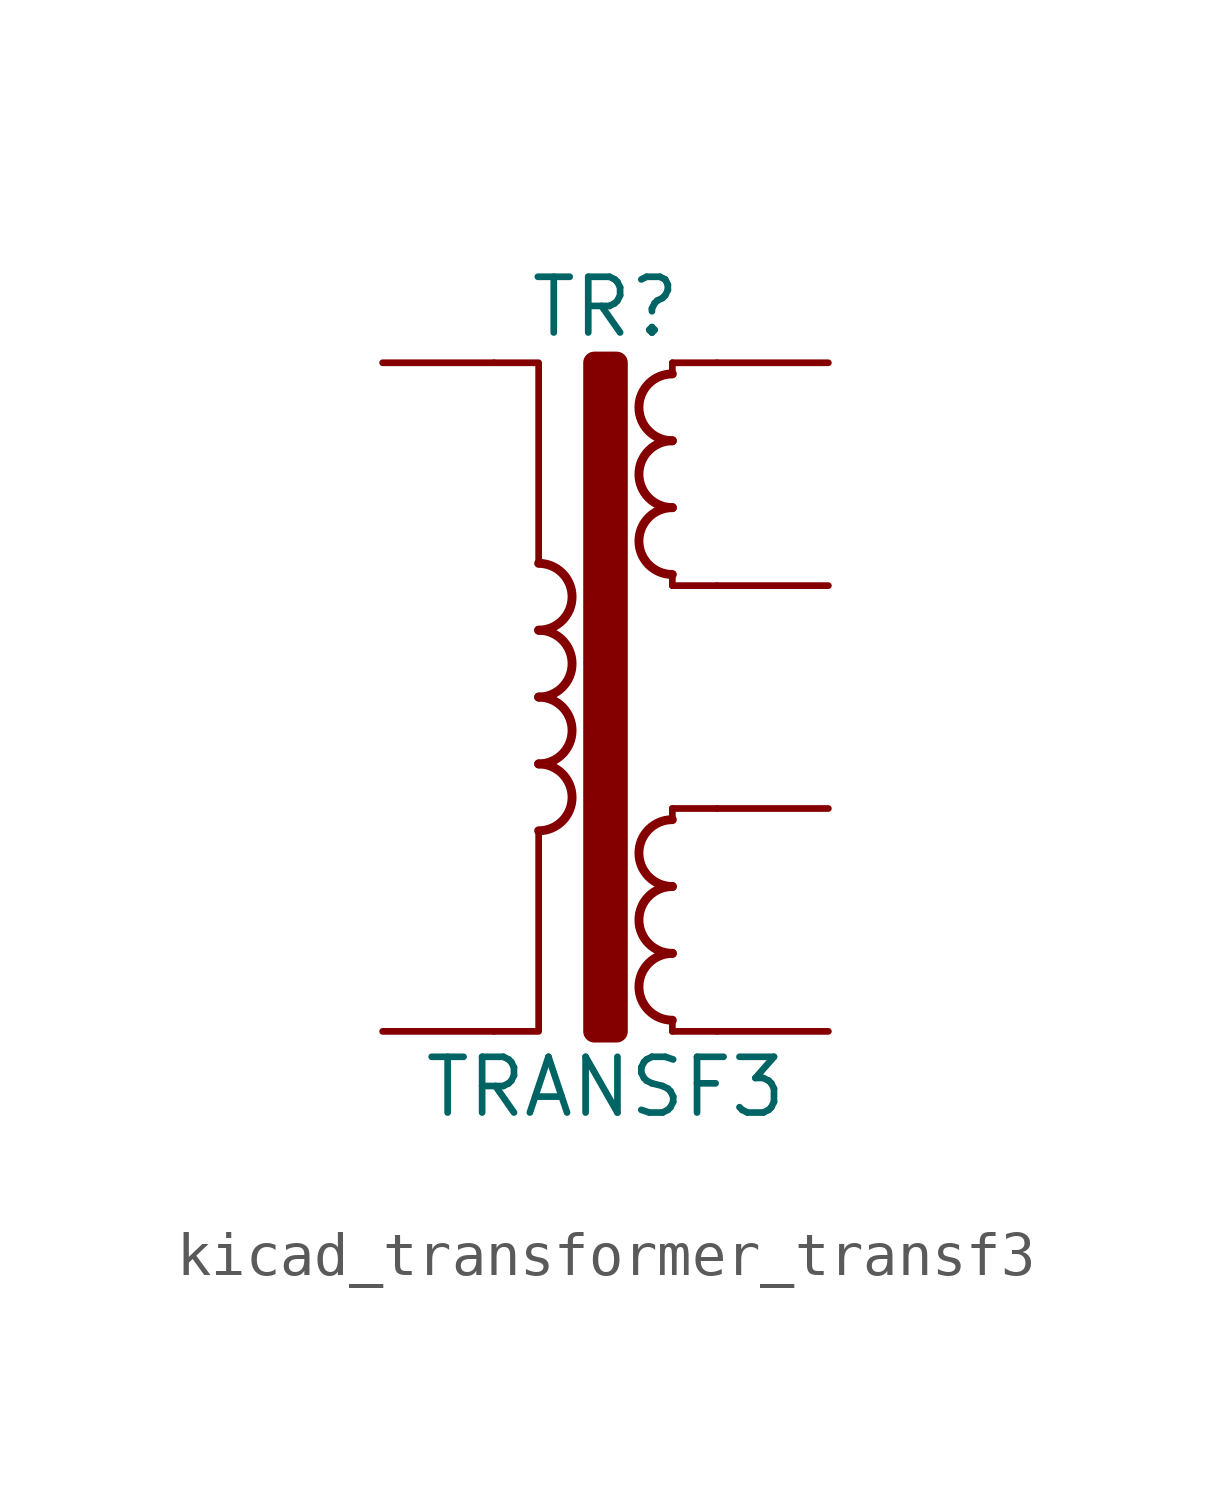
<source format=kicad_sym>
(kicad_symbol_lib
  (version 20220914)
  (generator kicad_symbol_editor)
  (symbol "kicad_transformer_transf3"
    (pin_numbers hide)
    (pin_names
      (offset 0))
    (property "Reference" "TR"
      (at 0 8.89 0)
      (effects (font (size 1.27 1.27))))
    (property "Value" "TRANSF3"
      (at 0 -8.89 0)
      (effects (font (size 1.27 1.27))))
    (symbol "kicad_transformer_transf3_0_1"
      (arc (start -1.524 -3.048) (mid -0.7653 -2.286) (end -1.524 -1.524) (stroke (width 0.2032) (type default)) (fill (type none)))
      (arc (start -1.524 -1.524) (mid -0.7653 -0.762) (end -1.524 0) (stroke (width 0.2032) (type default)) (fill (type none)))
      (arc (start -1.524 0) (mid -0.7653 0.762) (end -1.524 1.524) (stroke (width 0.2032) (type default)) (fill (type none)))
      (arc (start -1.524 1.524) (mid -0.7653 2.286) (end -1.524 3.048) (stroke (width 0.2032) (type default)) (fill (type none)))
      (rectangle (start -0.254 7.62) (end 0.254 -7.62) (stroke (width 0.508) (type default)) (fill (type outline)))
      (polyline (pts (xy -1.524 3.048) (xy -1.524 7.62) (xy -2.54 7.62)) (stroke (width 0) (type default)) (fill (type none)))
      (polyline (pts (xy 1.524 -7.366) (xy 1.524 -7.62) (xy 1.524 -7.62)) (stroke (width 0) (type default)) (fill (type outline)))
      (polyline (pts (xy 1.524 -2.54) (xy 1.524 -2.794) (xy 1.524 -2.794)) (stroke (width 0) (type default)) (fill (type outline)))
      (polyline (pts (xy 1.524 -2.54) (xy 2.54 -2.54) (xy 2.54 -2.54)) (stroke (width 0) (type default)) (fill (type none)))
      (polyline (pts (xy 1.524 2.54) (xy 1.524 2.794) (xy 1.524 2.794)) (stroke (width 0) (type default)) (fill (type outline)))
      (polyline (pts (xy 1.524 2.54) (xy 2.54 2.54) (xy 2.54 2.54)) (stroke (width 0) (type default)) (fill (type none)))
      (polyline (pts (xy 1.524 7.62) (xy 1.524 7.366) (xy 1.524 7.366)) (stroke (width 0) (type default)) (fill (type outline)))
      (polyline (pts (xy 1.524 7.62) (xy 2.54 7.62) (xy 2.54 7.62)) (stroke (width 0) (type default)) (fill (type none)))
      (polyline (pts (xy 2.54 -7.62) (xy 1.524 -7.62) (xy 1.524 -7.62)) (stroke (width 0) (type default)) (fill (type none)))
      (polyline (pts (xy -2.54 -7.62) (xy -1.524 -7.62) (xy -1.524 -3.048) (xy -1.524 -4.318)) (stroke (width 0) (type default)) (fill (type none)))
      (arc (start 1.524 -5.842) (mid 0.7653 -6.604) (end 1.524 -7.366) (stroke (width 0.2032) (type default)) (fill (type none)))
      (arc (start 1.524 -4.318) (mid 0.7653 -5.08) (end 1.524 -5.842) (stroke (width 0.2032) (type default)) (fill (type none)))
      (arc (start 1.524 -2.794) (mid 0.7653 -3.556) (end 1.524 -4.318) (stroke (width 0.2032) (type default)) (fill (type none)))
      (arc (start 1.524 4.318) (mid 0.7653 3.556) (end 1.524 2.794) (stroke (width 0.2032) (type default)) (fill (type none)))
      (arc (start 1.524 5.842) (mid 0.7653 5.08) (end 1.524 4.318) (stroke (width 0.2032) (type default)) (fill (type none)))
      (arc (start 1.524 7.366) (mid 0.7653 6.604) (end 1.524 5.842) (stroke (width 0.2032) (type default)) (fill (type none))))
    (symbol "kicad_transformer_transf3_1_1"
      (pin passive line (at -5.08 7.62 0) (length 2.54) (name "~" (effects (font (size 1.27 1.27)))) (number "1" (effects (font (size 1.27 1.27)))))
      (pin passive line (at -5.08 -7.62 0) (length 2.54) (name "~" (effects (font (size 1.27 1.27)))) (number "2" (effects (font (size 1.27 1.27)))))
      (pin passive line (at 5.08 7.62 180) (length 2.54) (name "~" (effects (font (size 1.27 1.27)))) (number "3" (effects (font (size 1.27 1.27)))))
      (pin passive line (at 5.08 2.54 180) (length 2.54) (name "~" (effects (font (size 1.27 1.27)))) (number "4" (effects (font (size 1.27 1.27)))))
      (pin passive line (at 5.08 -2.54 180) (length 2.54) (name "~" (effects (font (size 1.27 1.27)))) (number "5" (effects (font (size 1.27 1.27)))))
      (pin passive line (at 5.08 -7.62 180) (length 2.54) (name "~" (effects (font (size 1.27 1.27)))) (number "6" (effects (font (size 1.27 1.27))))))))
</source>
